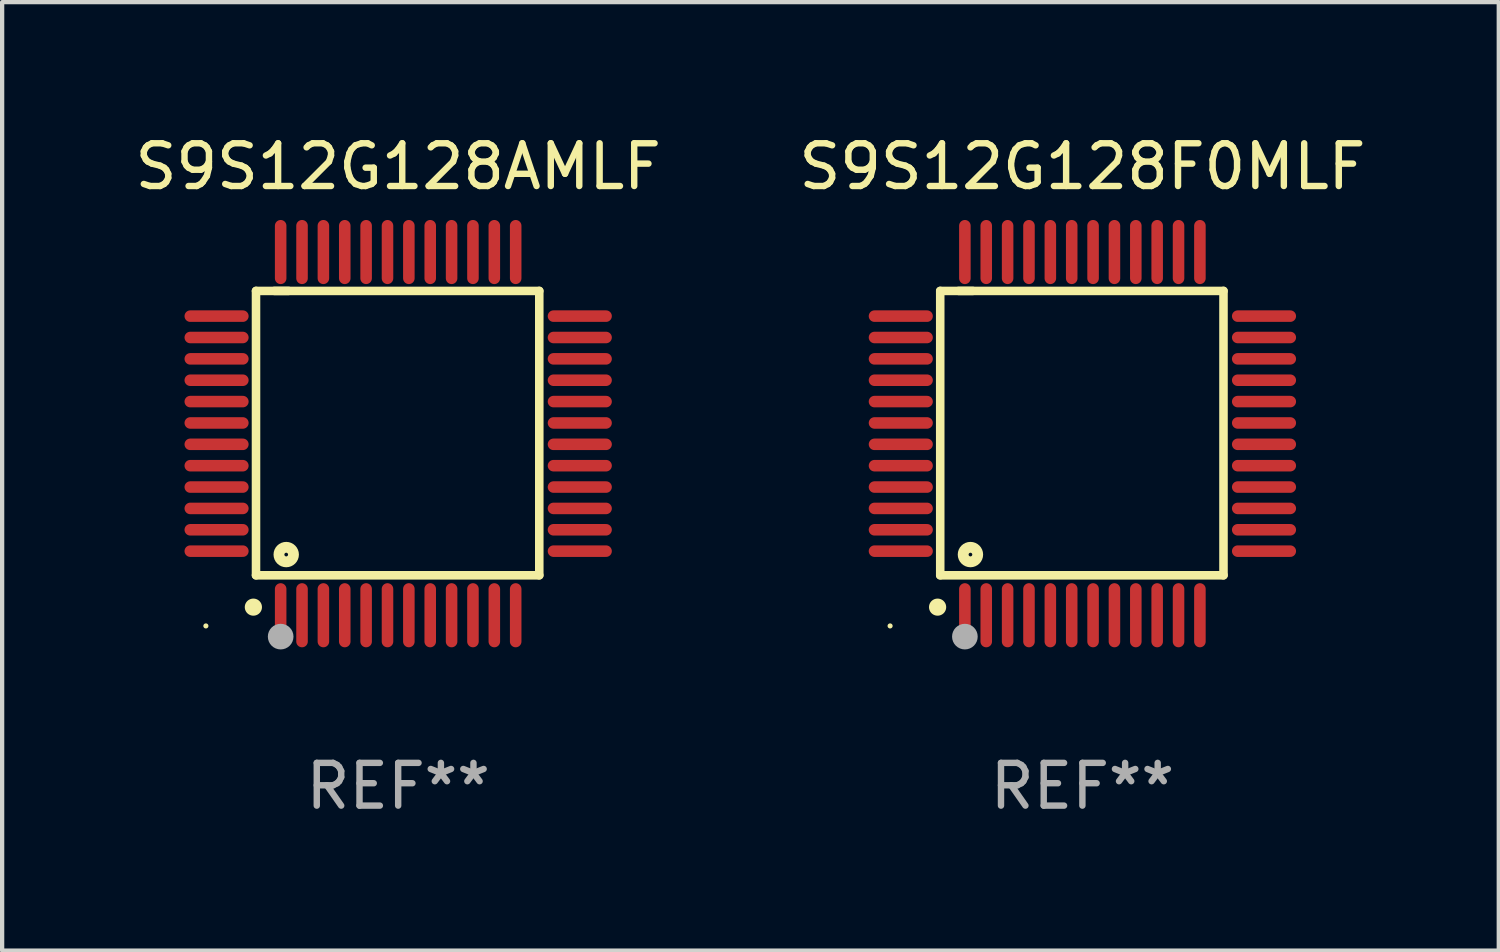
<source format=kicad_pcb>
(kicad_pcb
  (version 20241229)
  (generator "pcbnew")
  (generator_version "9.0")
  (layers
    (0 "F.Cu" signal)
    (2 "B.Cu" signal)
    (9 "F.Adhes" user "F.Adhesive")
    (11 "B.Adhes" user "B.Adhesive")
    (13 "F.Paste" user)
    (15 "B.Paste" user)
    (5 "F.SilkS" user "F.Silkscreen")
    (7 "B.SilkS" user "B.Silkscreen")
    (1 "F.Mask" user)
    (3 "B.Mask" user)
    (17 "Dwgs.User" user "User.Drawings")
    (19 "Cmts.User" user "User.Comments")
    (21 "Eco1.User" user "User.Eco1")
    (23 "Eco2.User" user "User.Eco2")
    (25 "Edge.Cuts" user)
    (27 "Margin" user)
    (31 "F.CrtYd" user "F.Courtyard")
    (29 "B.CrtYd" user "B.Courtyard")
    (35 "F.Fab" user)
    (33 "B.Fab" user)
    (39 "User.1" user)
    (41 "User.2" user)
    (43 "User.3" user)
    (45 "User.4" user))
  (footprint "S9S12G128AMLF"
    (layer "F.Cu")
    (at 6.268 7.098)
    (property "Reference" "S9S12G128AMLF" (at 0 -6.25 0) (layer "F.SilkS") (effects (font (size 1 1) (thickness 0.15))))
    (attr through_hole)
    (fp_line (start -3.327 -3.34) (end -2.565 -3.34) (stroke (width 0.2) (type solid)) (layer "F.SilkS"))
    (fp_line (start -3.327 3.315) (end -3.327 -3.34) (stroke (width 0.2) (type solid)) (layer "F.SilkS"))
    (fp_line (start -2.896 -3.34) (end 3.302 -3.34) (stroke (width 0.2) (type solid)) (layer "F.SilkS"))
    (fp_line (start 3.302 -3.34) (end 3.302 3.315) (stroke (width 0.2) (type solid)) (layer "F.SilkS"))
    (fp_line (start 3.302 3.315) (end -3.327 3.315) (stroke (width 0.2) (type solid)) (layer "F.SilkS"))
    (fp_arc (start -3.389992 4.059995) (mid -3.388722 4.059991) (end -3.387452 4.059995) (stroke (width 0.4) (type solid)) (layer "F.SilkS"))
    (fp_circle (center -4.5 4.5) (end -4.47 4.5) (stroke (width 0.06) (type solid)) (fill no) (layer "F.SilkS"))
    (fp_circle (center -2.62 2.83) (end -2.45 2.83) (stroke (width 0.254) (type solid)) (fill no) (layer "F.SilkS"))
    (fp_circle (center -2.75 4.75) (end -2.6 4.75) (stroke (width 0.3) (type solid)) (fill no) (layer "F.Fab"))
    (fp_text user "REF**" (at 0 8.25 0) (layer "F.Fab") (effects (font (size 1 1) (thickness 0.15))))
    (pad "1" smd oval (at -2.75 4.25) (size 0.27 1.5) (layers "F.Cu" "F.Mask" "F.Paste"))
    (pad "2" smd oval (at -2.25 4.25) (size 0.27 1.5) (layers "F.Cu" "F.Mask" "F.Paste"))
    (pad "3" smd oval (at -1.75 4.25) (size 0.27 1.5) (layers "F.Cu" "F.Mask" "F.Paste"))
    (pad "4" smd oval (at -1.25 4.25) (size 0.27 1.5) (layers "F.Cu" "F.Mask" "F.Paste"))
    (pad "5" smd oval (at -0.75 4.25) (size 0.27 1.5) (layers "F.Cu" "F.Mask" "F.Paste"))
    (pad "6" smd oval (at -0.25 4.25) (size 0.27 1.5) (layers "F.Cu" "F.Mask" "F.Paste"))
    (pad "7" smd oval (at 0.25 4.25) (size 0.27 1.5) (layers "F.Cu" "F.Mask" "F.Paste"))
    (pad "8" smd oval (at 0.75 4.25) (size 0.27 1.5) (layers "F.Cu" "F.Mask" "F.Paste"))
    (pad "9" smd oval (at 1.25 4.25) (size 0.27 1.5) (layers "F.Cu" "F.Mask" "F.Paste"))
    (pad "10" smd oval (at 1.75 4.25) (size 0.27 1.5) (layers "F.Cu" "F.Mask" "F.Paste"))
    (pad "11" smd oval (at 2.25 4.25) (size 0.27 1.5) (layers "F.Cu" "F.Mask" "F.Paste"))
    (pad "12" smd oval (at 2.75 4.25) (size 0.27 1.5) (layers "F.Cu" "F.Mask" "F.Paste"))
    (pad "13" smd oval (at 4.25 2.75) (size 1.5 0.27) (layers "F.Cu" "F.Mask" "F.Paste"))
    (pad "14" smd oval (at 4.25 2.25) (size 1.5 0.27) (layers "F.Cu" "F.Mask" "F.Paste"))
    (pad "15" smd oval (at 4.25 1.75) (size 1.5 0.27) (layers "F.Cu" "F.Mask" "F.Paste"))
    (pad "16" smd oval (at 4.25 1.25) (size 1.5 0.27) (layers "F.Cu" "F.Mask" "F.Paste"))
    (pad "17" smd oval (at 4.25 0.75) (size 1.5 0.27) (layers "F.Cu" "F.Mask" "F.Paste"))
    (pad "18" smd oval (at 4.25 0.25) (size 1.5 0.27) (layers "F.Cu" "F.Mask" "F.Paste"))
    (pad "19" smd oval (at 4.25 -0.25) (size 1.5 0.27) (layers "F.Cu" "F.Mask" "F.Paste"))
    (pad "20" smd oval (at 4.25 -0.75) (size 1.5 0.27) (layers "F.Cu" "F.Mask" "F.Paste"))
    (pad "21" smd oval (at 4.25 -1.25) (size 1.5 0.27) (layers "F.Cu" "F.Mask" "F.Paste"))
    (pad "22" smd oval (at 4.25 -1.75) (size 1.5 0.27) (layers "F.Cu" "F.Mask" "F.Paste"))
    (pad "23" smd oval (at 4.25 -2.25) (size 1.5 0.27) (layers "F.Cu" "F.Mask" "F.Paste"))
    (pad "24" smd oval (at 4.25 -2.75) (size 1.5 0.27) (layers "F.Cu" "F.Mask" "F.Paste"))
    (pad "25" smd oval (at 2.75 -4.25) (size 0.27 1.5) (layers "F.Cu" "F.Mask" "F.Paste"))
    (pad "26" smd oval (at 2.25 -4.25) (size 0.27 1.5) (layers "F.Cu" "F.Mask" "F.Paste"))
    (pad "27" smd oval (at 1.75 -4.25) (size 0.27 1.5) (layers "F.Cu" "F.Mask" "F.Paste"))
    (pad "28" smd oval (at 1.25 -4.25) (size 0.27 1.5) (layers "F.Cu" "F.Mask" "F.Paste"))
    (pad "29" smd oval (at 0.75 -4.25) (size 0.27 1.5) (layers "F.Cu" "F.Mask" "F.Paste"))
    (pad "30" smd oval (at 0.25 -4.25) (size 0.27 1.5) (layers "F.Cu" "F.Mask" "F.Paste"))
    (pad "31" smd oval (at -0.25 -4.25) (size 0.27 1.5) (layers "F.Cu" "F.Mask" "F.Paste"))
    (pad "32" smd oval (at -0.75 -4.25) (size 0.27 1.5) (layers "F.Cu" "F.Mask" "F.Paste"))
    (pad "33" smd oval (at -1.25 -4.25) (size 0.27 1.5) (layers "F.Cu" "F.Mask" "F.Paste"))
    (pad "34" smd oval (at -1.75 -4.25) (size 0.27 1.5) (layers "F.Cu" "F.Mask" "F.Paste"))
    (pad "35" smd oval (at -2.25 -4.25) (size 0.27 1.5) (layers "F.Cu" "F.Mask" "F.Paste"))
    (pad "36" smd oval (at -2.75 -4.25) (size 0.27 1.5) (layers "F.Cu" "F.Mask" "F.Paste"))
    (pad "37" smd oval (at -4.25 -2.75) (size 1.5 0.27) (layers "F.Cu" "F.Mask" "F.Paste"))
    (pad "38" smd oval (at -4.25 -2.25) (size 1.5 0.27) (layers "F.Cu" "F.Mask" "F.Paste"))
    (pad "39" smd oval (at -4.25 -1.75) (size 1.5 0.27) (layers "F.Cu" "F.Mask" "F.Paste"))
    (pad "40" smd oval (at -4.25 -1.25) (size 1.5 0.27) (layers "F.Cu" "F.Mask" "F.Paste"))
    (pad "41" smd oval (at -4.25 -0.75) (size 1.5 0.27) (layers "F.Cu" "F.Mask" "F.Paste"))
    (pad "42" smd oval (at -4.25 -0.25) (size 1.5 0.27) (layers "F.Cu" "F.Mask" "F.Paste"))
    (pad "43" smd oval (at -4.25 0.25) (size 1.5 0.27) (layers "F.Cu" "F.Mask" "F.Paste"))
    (pad "44" smd oval (at -4.25 0.75) (size 1.5 0.27) (layers "F.Cu" "F.Mask" "F.Paste"))
    (pad "45" smd oval (at -4.25 1.25) (size 1.5 0.27) (layers "F.Cu" "F.Mask" "F.Paste"))
    (pad "46" smd oval (at -4.25 1.75) (size 1.5 0.27) (layers "F.Cu" "F.Mask" "F.Paste"))
    (pad "47" smd oval (at -4.25 2.25) (size 1.5 0.27) (layers "F.Cu" "F.Mask" "F.Paste"))
    (pad "48" smd oval (at -4.25 2.75) (size 1.5 0.27) (layers "F.Cu" "F.Mask" "F.Paste")))
  (footprint "S9S12G128F0MLF"
    (layer "F.Cu")
    (at 22.28 7.098)
    (property "Reference" "S9S12G128F0MLF" (at 0 -6.25 0) (layer "F.SilkS") (effects (font (size 1 1) (thickness 0.15))))
    (attr through_hole)
    (fp_line (start -3.327 -3.34) (end -2.565 -3.34) (stroke (width 0.2) (type solid)) (layer "F.SilkS"))
    (fp_line (start -3.327 3.315) (end -3.327 -3.34) (stroke (width 0.2) (type solid)) (layer "F.SilkS"))
    (fp_line (start -2.896 -3.34) (end 3.302 -3.34) (stroke (width 0.2) (type solid)) (layer "F.SilkS"))
    (fp_line (start 3.302 -3.34) (end 3.302 3.315) (stroke (width 0.2) (type solid)) (layer "F.SilkS"))
    (fp_line (start 3.302 3.315) (end -3.327 3.315) (stroke (width 0.2) (type solid)) (layer "F.SilkS"))
    (fp_arc (start -3.389992 4.059995) (mid -3.388722 4.059991) (end -3.387452 4.059995) (stroke (width 0.4) (type solid)) (layer "F.SilkS"))
    (fp_circle (center -4.5 4.5) (end -4.47 4.5) (stroke (width 0.06) (type solid)) (fill no) (layer "F.SilkS"))
    (fp_circle (center -2.62 2.83) (end -2.45 2.83) (stroke (width 0.254) (type solid)) (fill no) (layer "F.SilkS"))
    (fp_circle (center -2.75 4.75) (end -2.6 4.75) (stroke (width 0.3) (type solid)) (fill no) (layer "F.Fab"))
    (fp_text user "REF**" (at 0 8.25 0) (layer "F.Fab") (effects (font (size 1 1) (thickness 0.15))))
    (pad "1" smd oval (at -2.75 4.25) (size 0.27 1.5) (layers "F.Cu" "F.Mask" "F.Paste"))
    (pad "2" smd oval (at -2.25 4.25) (size 0.27 1.5) (layers "F.Cu" "F.Mask" "F.Paste"))
    (pad "3" smd oval (at -1.75 4.25) (size 0.27 1.5) (layers "F.Cu" "F.Mask" "F.Paste"))
    (pad "4" smd oval (at -1.25 4.25) (size 0.27 1.5) (layers "F.Cu" "F.Mask" "F.Paste"))
    (pad "5" smd oval (at -0.75 4.25) (size 0.27 1.5) (layers "F.Cu" "F.Mask" "F.Paste"))
    (pad "6" smd oval (at -0.25 4.25) (size 0.27 1.5) (layers "F.Cu" "F.Mask" "F.Paste"))
    (pad "7" smd oval (at 0.25 4.25) (size 0.27 1.5) (layers "F.Cu" "F.Mask" "F.Paste"))
    (pad "8" smd oval (at 0.75 4.25) (size 0.27 1.5) (layers "F.Cu" "F.Mask" "F.Paste"))
    (pad "9" smd oval (at 1.25 4.25) (size 0.27 1.5) (layers "F.Cu" "F.Mask" "F.Paste"))
    (pad "10" smd oval (at 1.75 4.25) (size 0.27 1.5) (layers "F.Cu" "F.Mask" "F.Paste"))
    (pad "11" smd oval (at 2.25 4.25) (size 0.27 1.5) (layers "F.Cu" "F.Mask" "F.Paste"))
    (pad "12" smd oval (at 2.75 4.25) (size 0.27 1.5) (layers "F.Cu" "F.Mask" "F.Paste"))
    (pad "13" smd oval (at 4.25 2.75) (size 1.5 0.27) (layers "F.Cu" "F.Mask" "F.Paste"))
    (pad "14" smd oval (at 4.25 2.25) (size 1.5 0.27) (layers "F.Cu" "F.Mask" "F.Paste"))
    (pad "15" smd oval (at 4.25 1.75) (size 1.5 0.27) (layers "F.Cu" "F.Mask" "F.Paste"))
    (pad "16" smd oval (at 4.25 1.25) (size 1.5 0.27) (layers "F.Cu" "F.Mask" "F.Paste"))
    (pad "17" smd oval (at 4.25 0.75) (size 1.5 0.27) (layers "F.Cu" "F.Mask" "F.Paste"))
    (pad "18" smd oval (at 4.25 0.25) (size 1.5 0.27) (layers "F.Cu" "F.Mask" "F.Paste"))
    (pad "19" smd oval (at 4.25 -0.25) (size 1.5 0.27) (layers "F.Cu" "F.Mask" "F.Paste"))
    (pad "20" smd oval (at 4.25 -0.75) (size 1.5 0.27) (layers "F.Cu" "F.Mask" "F.Paste"))
    (pad "21" smd oval (at 4.25 -1.25) (size 1.5 0.27) (layers "F.Cu" "F.Mask" "F.Paste"))
    (pad "22" smd oval (at 4.25 -1.75) (size 1.5 0.27) (layers "F.Cu" "F.Mask" "F.Paste"))
    (pad "23" smd oval (at 4.25 -2.25) (size 1.5 0.27) (layers "F.Cu" "F.Mask" "F.Paste"))
    (pad "24" smd oval (at 4.25 -2.75) (size 1.5 0.27) (layers "F.Cu" "F.Mask" "F.Paste"))
    (pad "25" smd oval (at 2.75 -4.25) (size 0.27 1.5) (layers "F.Cu" "F.Mask" "F.Paste"))
    (pad "26" smd oval (at 2.25 -4.25) (size 0.27 1.5) (layers "F.Cu" "F.Mask" "F.Paste"))
    (pad "27" smd oval (at 1.75 -4.25) (size 0.27 1.5) (layers "F.Cu" "F.Mask" "F.Paste"))
    (pad "28" smd oval (at 1.25 -4.25) (size 0.27 1.5) (layers "F.Cu" "F.Mask" "F.Paste"))
    (pad "29" smd oval (at 0.75 -4.25) (size 0.27 1.5) (layers "F.Cu" "F.Mask" "F.Paste"))
    (pad "30" smd oval (at 0.25 -4.25) (size 0.27 1.5) (layers "F.Cu" "F.Mask" "F.Paste"))
    (pad "31" smd oval (at -0.25 -4.25) (size 0.27 1.5) (layers "F.Cu" "F.Mask" "F.Paste"))
    (pad "32" smd oval (at -0.75 -4.25) (size 0.27 1.5) (layers "F.Cu" "F.Mask" "F.Paste"))
    (pad "33" smd oval (at -1.25 -4.25) (size 0.27 1.5) (layers "F.Cu" "F.Mask" "F.Paste"))
    (pad "34" smd oval (at -1.75 -4.25) (size 0.27 1.5) (layers "F.Cu" "F.Mask" "F.Paste"))
    (pad "35" smd oval (at -2.25 -4.25) (size 0.27 1.5) (layers "F.Cu" "F.Mask" "F.Paste"))
    (pad "36" smd oval (at -2.75 -4.25) (size 0.27 1.5) (layers "F.Cu" "F.Mask" "F.Paste"))
    (pad "37" smd oval (at -4.25 -2.75) (size 1.5 0.27) (layers "F.Cu" "F.Mask" "F.Paste"))
    (pad "38" smd oval (at -4.25 -2.25) (size 1.5 0.27) (layers "F.Cu" "F.Mask" "F.Paste"))
    (pad "39" smd oval (at -4.25 -1.75) (size 1.5 0.27) (layers "F.Cu" "F.Mask" "F.Paste"))
    (pad "40" smd oval (at -4.25 -1.25) (size 1.5 0.27) (layers "F.Cu" "F.Mask" "F.Paste"))
    (pad "41" smd oval (at -4.25 -0.75) (size 1.5 0.27) (layers "F.Cu" "F.Mask" "F.Paste"))
    (pad "42" smd oval (at -4.25 -0.25) (size 1.5 0.27) (layers "F.Cu" "F.Mask" "F.Paste"))
    (pad "43" smd oval (at -4.25 0.25) (size 1.5 0.27) (layers "F.Cu" "F.Mask" "F.Paste"))
    (pad "44" smd oval (at -4.25 0.75) (size 1.5 0.27) (layers "F.Cu" "F.Mask" "F.Paste"))
    (pad "45" smd oval (at -4.25 1.25) (size 1.5 0.27) (layers "F.Cu" "F.Mask" "F.Paste"))
    (pad "46" smd oval (at -4.25 1.75) (size 1.5 0.27) (layers "F.Cu" "F.Mask" "F.Paste"))
    (pad "47" smd oval (at -4.25 2.25) (size 1.5 0.27) (layers "F.Cu" "F.Mask" "F.Paste"))
    (pad "48" smd oval (at -4.25 2.75) (size 1.5 0.27) (layers "F.Cu" "F.Mask" "F.Paste")))
  (gr_rect
    (start -3 -3)
    (end 32.024 19.196)
    (stroke (width 0.1) (type default))
    (fill no)
    (layer "Edge.Cuts")))
</source>
